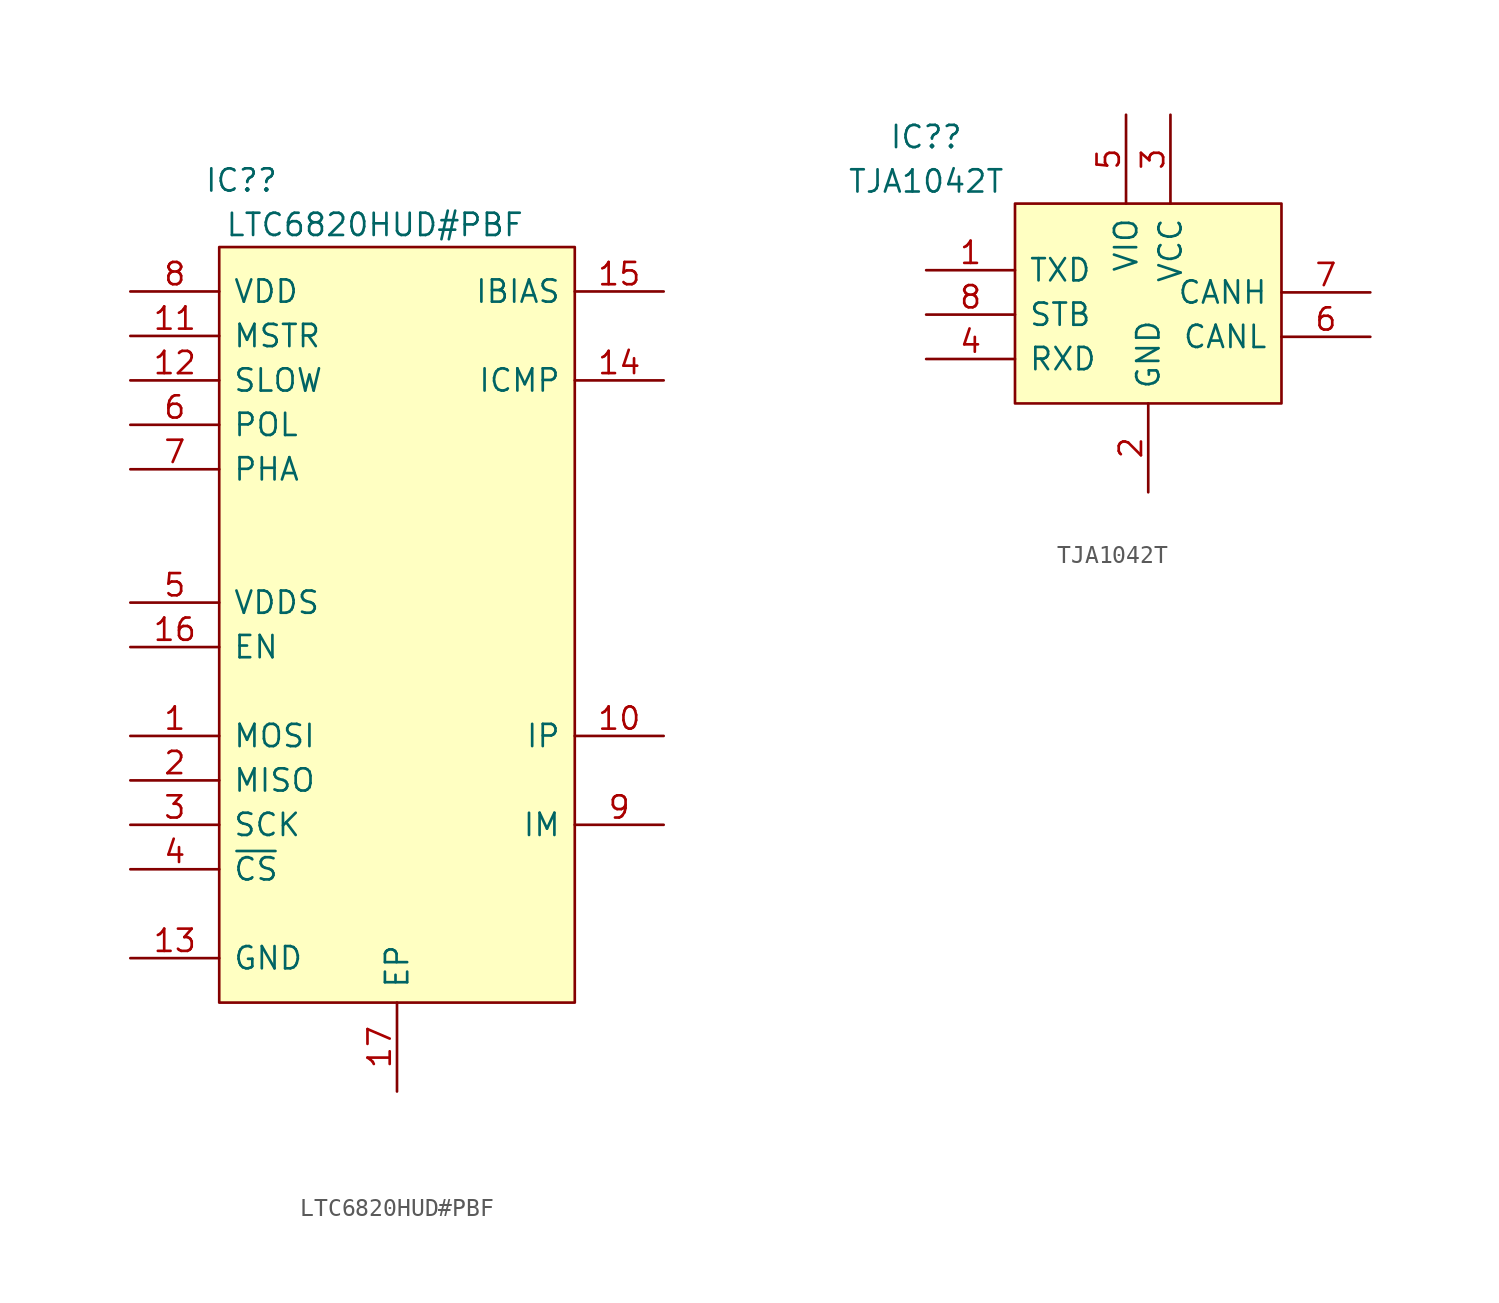
<source format=kicad_sym>
(kicad_symbol_lib
  (version 20211014)
  (generator kicad_symbol_editor)
  (symbol "LTC6820HUD#PBF"
    (pin_names
      (offset 0.762))
    (property "Reference" "IC?"
      (at -8.89 3.81 0)
      (effects (font (size 1.27 1.27))))
    (property "Value" "LTC6820HUD#PBF"
      (at -1.27 1.27 0)
      (effects (font (size 1.27 1.27))))
    (symbol "LTC6820HUD#PBF_0_0"
      (pin passive line (at -15.24 -27.94 0) (length 5.08) (name "MOSI" (effects (font (size 1.27 1.27)))) (number "1" (effects (font (size 1.27 1.27)))))
      (pin passive line (at 15.24 -27.94 180) (length 5.08) (name "IP" (effects (font (size 1.27 1.27)))) (number "10" (effects (font (size 1.27 1.27)))))
      (pin passive line (at -15.24 -5.08 0) (length 5.08) (name "MSTR" (effects (font (size 1.27 1.27)))) (number "11" (effects (font (size 1.27 1.27)))))
      (pin passive line (at -15.24 -7.62 0) (length 5.08) (name "SLOW" (effects (font (size 1.27 1.27)))) (number "12" (effects (font (size 1.27 1.27)))))
      (pin passive line (at -15.24 -40.64 0) (length 5.08) (name "GND" (effects (font (size 1.27 1.27)))) (number "13" (effects (font (size 1.27 1.27)))))
      (pin passive line (at 15.24 -7.62 180) (length 5.08) (name "ICMP" (effects (font (size 1.27 1.27)))) (number "14" (effects (font (size 1.27 1.27)))))
      (pin passive line (at 15.24 -2.54 180) (length 5.08) (name "IBIAS" (effects (font (size 1.27 1.27)))) (number "15" (effects (font (size 1.27 1.27)))))
      (pin passive line (at -15.24 -22.86 0) (length 5.08) (name "EN" (effects (font (size 1.27 1.27)))) (number "16" (effects (font (size 1.27 1.27)))))
      (pin passive line (at 0 -48.26 90) (length 5.08) (name "EP" (effects (font (size 1.27 1.27)))) (number "17" (effects (font (size 1.27 1.27)))))
      (pin passive line (at -15.24 -30.48 0) (length 5.08) (name "MISO" (effects (font (size 1.27 1.27)))) (number "2" (effects (font (size 1.27 1.27)))))
      (pin passive line (at -15.24 -33.02 0) (length 5.08) (name "SCK" (effects (font (size 1.27 1.27)))) (number "3" (effects (font (size 1.27 1.27)))))
      (pin passive line (at -15.24 -35.56 0) (length 5.08) (name "~{CS}" (effects (font (size 1.27 1.27)))) (number "4" (effects (font (size 1.27 1.27)))))
      (pin passive line (at -15.24 -20.32 0) (length 5.08) (name "VDDS" (effects (font (size 1.27 1.27)))) (number "5" (effects (font (size 1.27 1.27)))))
      (pin passive line (at -15.24 -10.16 0) (length 5.08) (name "POL" (effects (font (size 1.27 1.27)))) (number "6" (effects (font (size 1.27 1.27)))))
      (pin passive line (at -15.24 -12.7 0) (length 5.08) (name "PHA" (effects (font (size 1.27 1.27)))) (number "7" (effects (font (size 1.27 1.27)))))
      (pin passive line (at -15.24 -2.54 0) (length 5.08) (name "VDD" (effects (font (size 1.27 1.27)))) (number "8" (effects (font (size 1.27 1.27)))))
      (pin passive line (at 15.24 -33.02 180) (length 5.08) (name "IM" (effects (font (size 1.27 1.27)))) (number "9" (effects (font (size 1.27 1.27))))))
    (symbol "LTC6820HUD#PBF_0_1"
      (rectangle (start -10.16 0) (end 10.16 -43.18) (stroke (width 0.152) (type default) (color 0 0 0 0)) (fill (type background)))))
  (symbol "TJA1042T"
    (pin_names
      (offset 0.762))
    (property "Reference" "IC?"
      (at 0 7.62 0)
      (effects (font (size 1.27 1.27))))
    (property "Value" "TJA1042T"
      (at 0 5.08 0)
      (effects (font (size 1.27 1.27))))
    (symbol "TJA1042T_0_0"
      (pin passive line (at 0 0 0) (length 5.08) (name "TXD" (effects (font (size 1.27 1.27)))) (number "1" (effects (font (size 1.27 1.27)))))
      (pin passive line (at 12.7 -12.7 90) (length 5.08) (name "GND" (effects (font (size 1.27 1.27)))) (number "2" (effects (font (size 1.27 1.27)))))
      (pin passive line (at 13.97 8.89 270) (length 5.08) (name "VCC" (effects (font (size 1.27 1.27)))) (number "3" (effects (font (size 1.27 1.27)))))
      (pin passive line (at 0 -5.08 0) (length 5.08) (name "RXD" (effects (font (size 1.27 1.27)))) (number "4" (effects (font (size 1.27 1.27)))))
      (pin passive line (at 11.43 8.89 270) (length 5.08) (name "VIO" (effects (font (size 1.27 1.27)))) (number "5" (effects (font (size 1.27 1.27)))))
      (pin passive line (at 25.4 -3.81 180) (length 5.08) (name "CANL" (effects (font (size 1.27 1.27)))) (number "6" (effects (font (size 1.27 1.27)))))
      (pin passive line (at 25.4 -1.27 180) (length 5.08) (name "CANH" (effects (font (size 1.27 1.27)))) (number "7" (effects (font (size 1.27 1.27)))))
      (pin passive line (at 0 -2.54 0) (length 5.08) (name "STB" (effects (font (size 1.27 1.27)))) (number "8" (effects (font (size 1.27 1.27))))))
    (symbol "TJA1042T_0_1"
      (rectangle (start 5.08 3.81) (end 20.32 -7.62) (stroke (width 0.152) (type default) (color 0 0 0 0)) (fill (type background))))))
</source>
